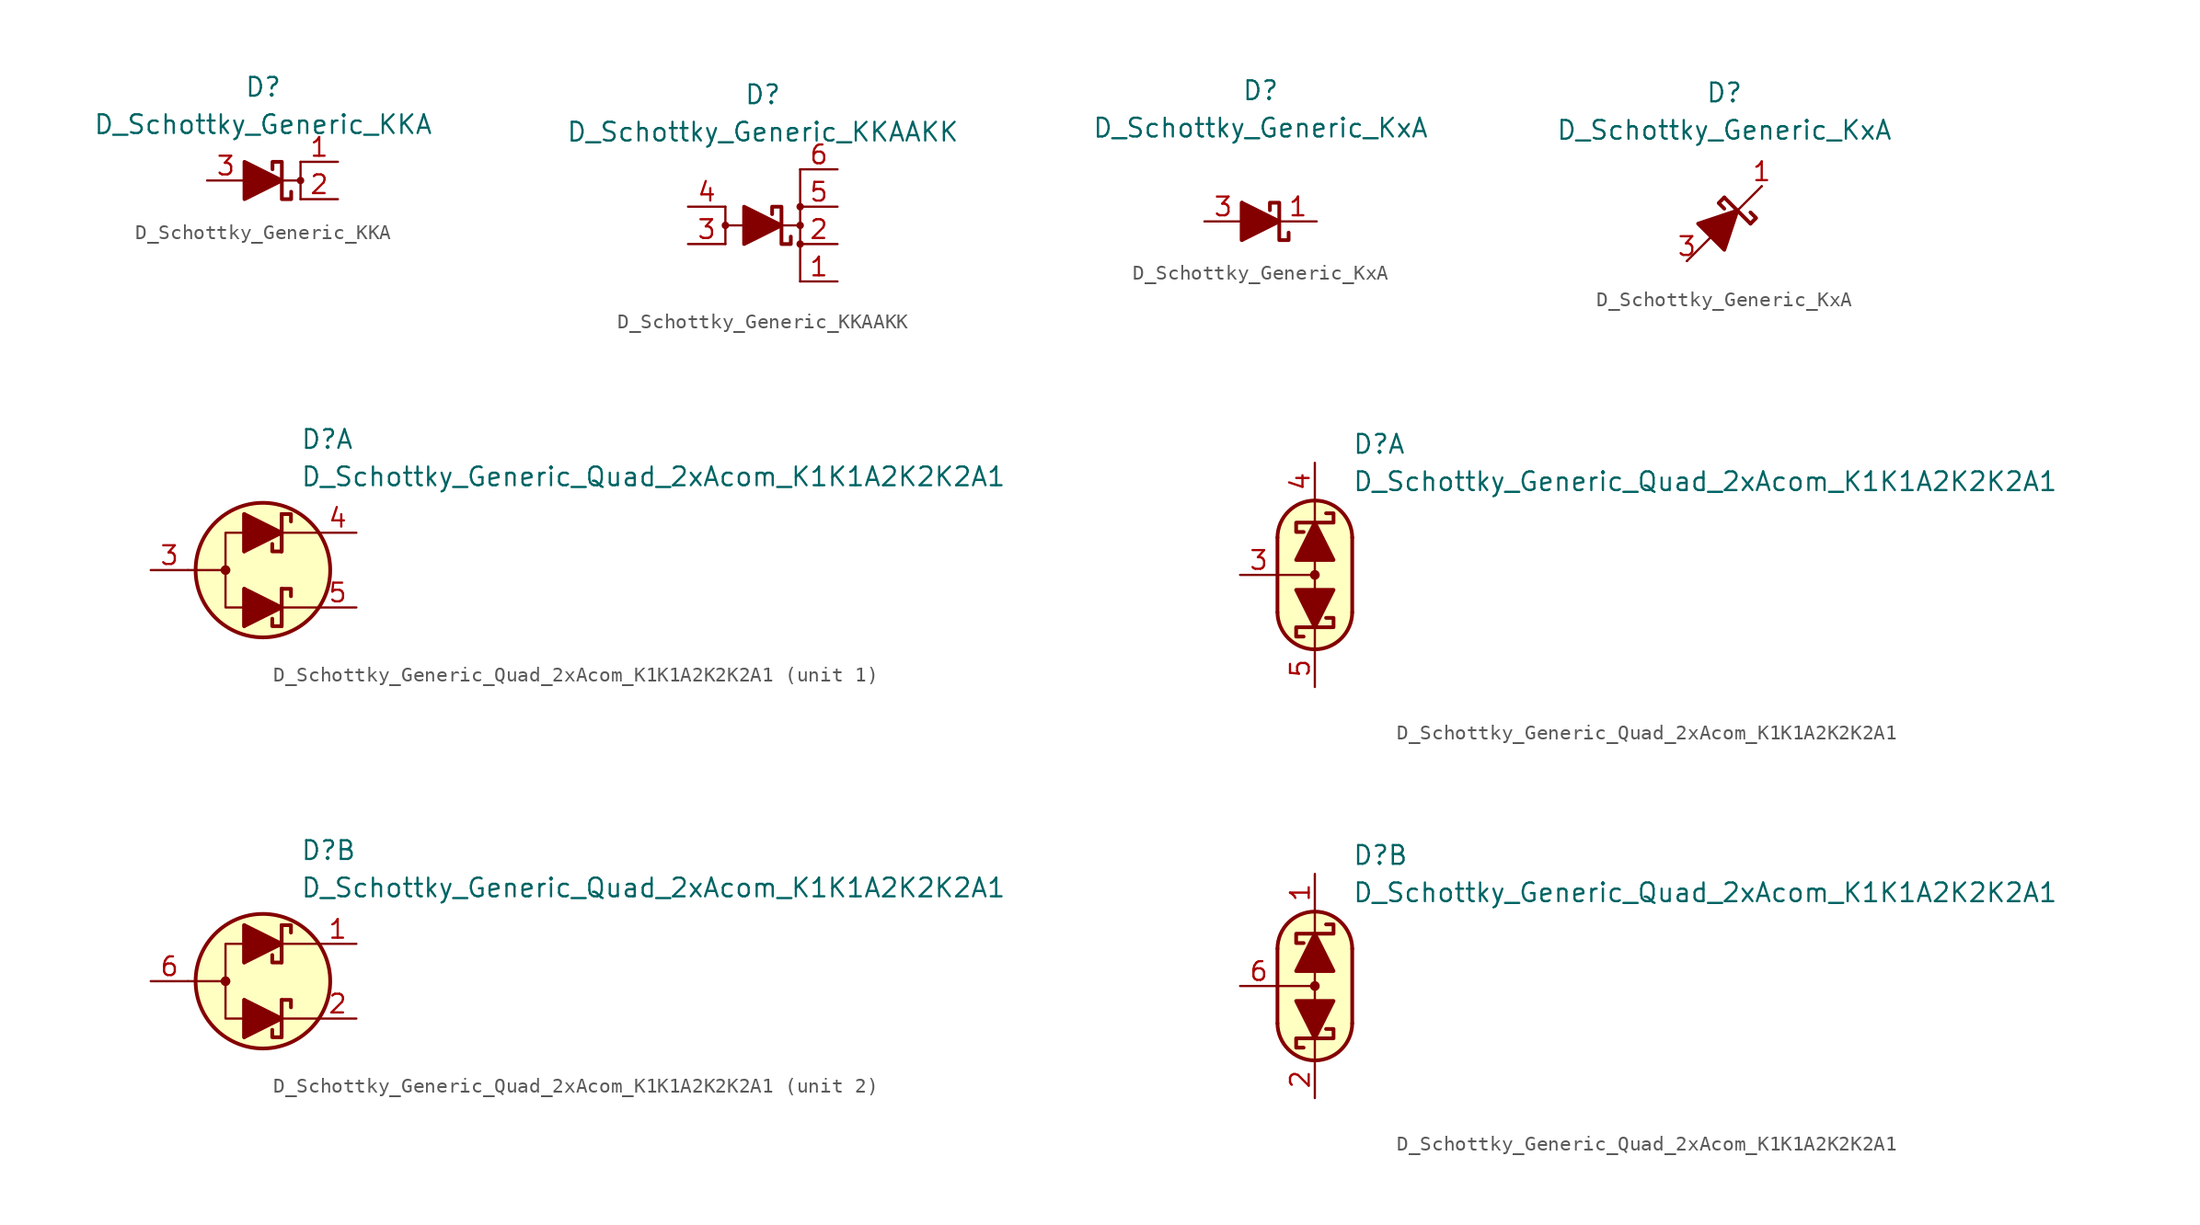
<source format=kicad_sym>
(kicad_symbol_lib
  (version 20231120)
  (generator "kicad_symbol_editor")
  (generator_version "8.0")
  (symbol "D_Schottky_Generic_KKA"
    (pin_names
      (offset 1.016) hide)
    (property "Reference" "D"
      (at 0 6.35 0)
      (effects (font (size 1.27 1.27))))
    (property "Value" "D_Schottky_Generic_KKA"
      (at 0 3.81 0)
      (effects (font (size 1.27 1.27))))
    (symbol "D_Schottky_Generic_KKA_0_1"
      (polyline (pts (xy -1.27 0) (xy 1.27 0)) (stroke (width 0) (type default)) (fill (type none)))
      (polyline (pts (xy -1.27 -1.27) (xy -1.27 1.27) (xy 1.27 0) (xy -1.27 -1.27)) (stroke (width 0.254) (type default)) (fill (type outline))))
    (symbol "D_Schottky_Generic_KKA_1_1"
      (polyline (pts (xy 1.27 0) (xy 2.54 0)) (stroke (width 0) (type default)) (fill (type none)))
      (polyline (pts (xy 2.54 -1.27) (xy 2.54 1.27)) (stroke (width 0) (type default)) (fill (type none)))
      (polyline (pts (xy 1.905 -0.762) (xy 1.905 -1.27) (xy 1.27 -1.27) (xy 1.27 1.27) (xy 0.635 1.27) (xy 0.635 0.762)) (stroke (width 0.254) (type default)) (fill (type none)))
      (circle (center 2.54 0) (radius 0.178) (stroke (width 0) (type default)) (fill (type outline)))
      (pin passive line (at 5.08 1.27 180) (length 2.54) (name "K" (effects (font (size 1.27 1.27)))) (number "1" (effects (font (size 1.27 1.27)))))
      (pin passive line (at 5.08 -1.27 180) (length 2.54) (name "K" (effects (font (size 1.27 1.27)))) (number "2" (effects (font (size 1.27 1.27)))))
      (pin passive line (at -3.81 0 0) (length 2.54) (name "A" (effects (font (size 1.27 1.27)))) (number "3" (effects (font (size 1.27 1.27)))))))
  (symbol "D_Schottky_Generic_KKAAKK"
    (pin_names
      (offset 1.016) hide)
    (property "Reference" "D"
      (at 0 8.89 0)
      (effects (font (size 1.27 1.27))))
    (property "Value" "D_Schottky_Generic_KKAAKK"
      (at 0 6.35 0)
      (effects (font (size 1.27 1.27))))
    (symbol "D_Schottky_Generic_KKAAKK_0_1"
      (polyline (pts (xy -1.27 0) (xy -2.54 0)) (stroke (width 0) (type default)) (fill (type none)))
      (polyline (pts (xy -1.27 0) (xy 1.27 0)) (stroke (width 0) (type default)) (fill (type none)))
      (polyline (pts (xy 2.54 -1.27) (xy 2.54 -3.81)) (stroke (width 0) (type default)) (fill (type none)))
      (polyline (pts (xy 2.54 -1.27) (xy 2.54 1.27)) (stroke (width 0) (type default)) (fill (type none)))
      (polyline (pts (xy 2.54 3.81) (xy 2.54 1.27)) (stroke (width 0) (type default)) (fill (type none)))
      (polyline (pts (xy -1.27 -1.27) (xy -1.27 1.27) (xy 1.27 0) (xy -1.27 -1.27)) (stroke (width 0.254) (type default)) (fill (type outline)))
      (circle (center 2.54 0) (radius 0.178) (stroke (width 0) (type default)) (fill (type outline))))
    (symbol "D_Schottky_Generic_KKAAKK_1_1"
      (circle (center -2.54 0) (radius 0.178) (stroke (width 0) (type default)) (fill (type outline)))
      (polyline (pts (xy -2.54 1.27) (xy -2.54 -1.27)) (stroke (width 0) (type default)) (fill (type none)))
      (polyline (pts (xy 1.27 0) (xy 2.54 0)) (stroke (width 0) (type default)) (fill (type none)))
      (polyline (pts (xy 1.905 -0.762) (xy 1.905 -1.27) (xy 1.27 -1.27) (xy 1.27 1.27) (xy 0.635 1.27) (xy 0.635 0.762)) (stroke (width 0.254) (type default)) (fill (type none)))
      (circle (center 2.54 -1.27) (radius 0.178) (stroke (width 0) (type default)) (fill (type outline)))
      (circle (center 2.54 1.27) (radius 0.178) (stroke (width 0) (type default)) (fill (type outline)))
      (pin passive line (at 5.08 -3.81 180) (length 2.54) (name "K" (effects (font (size 1.27 1.27)))) (number "1" (effects (font (size 1.27 1.27)))))
      (pin passive line (at 5.08 -1.27 180) (length 2.54) (name "K" (effects (font (size 1.27 1.27)))) (number "2" (effects (font (size 1.27 1.27)))))
      (pin passive line (at -5.08 -1.27 0) (length 2.54) (name "A" (effects (font (size 1.27 1.27)))) (number "3" (effects (font (size 1.27 1.27)))))
      (pin passive line (at -5.08 1.27 0) (length 2.54) (name "A" (effects (font (size 1.27 1.27)))) (number "4" (effects (font (size 1.27 1.27)))))
      (pin passive line (at 5.08 1.27 180) (length 2.54) (name "K" (effects (font (size 1.27 1.27)))) (number "5" (effects (font (size 1.27 1.27)))))
      (pin passive line (at 5.08 3.81 180) (length 2.54) (name "K" (effects (font (size 1.27 1.27)))) (number "6" (effects (font (size 1.27 1.27)))))))
  (symbol "D_Schottky_Generic_KxA"
    (pin_names
      (offset 1.016) hide)
    (property "Reference" "D"
      (at 0 8.89 0)
      (effects (font (size 1.27 1.27))))
    (property "Value" "D_Schottky_Generic_KxA"
      (at 0 6.35 0)
      (effects (font (size 1.27 1.27))))
    (symbol "D_Schottky_Generic_KxA_0_1"
      (polyline (pts (xy -1.27 0) (xy 1.27 0)) (stroke (width 0) (type default)) (fill (type none)))
      (polyline (pts (xy -1.27 1.27) (xy -1.27 -1.27)) (stroke (width 0.254) (type default)) (fill (type none)))
      (polyline (pts (xy -1.27 -1.27) (xy -1.27 1.27) (xy 1.27 0) (xy -1.27 -1.27)) (stroke (width 0.254) (type default)) (fill (type outline))))
    (symbol "D_Schottky_Generic_KxA_0_2"
      (polyline (pts (xy -2.54 -2.54) (xy 2.54 2.54)) (stroke (width 0) (type default)) (fill (type none)))
      (polyline (pts (xy 0 1.778) (xy 1.778 0)) (stroke (width 0.254) (type default)) (fill (type none)))
      (polyline (pts (xy 0 1.778) (xy -0.381 1.397) (xy 0 1.016)) (stroke (width 0.254) (type default)) (fill (type none)))
      (polyline (pts (xy 1.778 0) (xy 2.159 0.381) (xy 1.778 0.762)) (stroke (width 0.254) (type default)) (fill (type none)))
      (polyline (pts (xy -0.889 -0.889) (xy -1.778 0) (xy 0.889 0.889) (xy 0 -1.778) (xy -0.889 -0.889)) (stroke (width 0.254) (type default)) (fill (type outline))))
    (symbol "D_Schottky_Generic_KxA_1_1"
      (polyline (pts (xy 0.635 0.762) (xy 0.635 1.27) (xy 1.27 1.27) (xy 1.27 -1.27) (xy 1.905 -1.27) (xy 1.905 -0.762)) (stroke (width 0.254) (type default)) (fill (type none)))
      (pin passive line (at 3.81 0 180) (length 2.54) (name "K" (effects (font (size 1.27 1.27)))) (number "1" (effects (font (size 1.27 1.27)))))
      (pin free line (at 0 0 0) (length 2.54) hide (name "NC" (effects (font (size 1.27 1.27)))) (number "2" (effects (font (size 1.27 1.27)))))
      (pin passive line (at -3.81 0 0) (length 2.54) (name "A" (effects (font (size 1.27 1.27)))) (number "3" (effects (font (size 1.27 1.27))))))
    (symbol "D_Schottky_Generic_KxA_1_2"
      (pin passive line (at 2.54 2.54 180) (length 0) (name "K" (effects (font (size 1.27 1.27)))) (number "1" (effects (font (size 1.27 1.27)))))
      (pin free line (at 0 0 0) (length 2.54) hide (name "NC" (effects (font (size 1.27 1.27)))) (number "2" (effects (font (size 1.27 1.27)))))
      (pin passive line (at -2.54 -2.54 0) (length 0) (name "A" (effects (font (size 1.27 1.27)))) (number "3" (effects (font (size 1.27 1.27)))))))
  (symbol "D_Schottky_Generic_Quad_2xAcom_K1K1A2K2K2A1"
    (pin_names
      (offset 1.016) hide)
    (property "Reference" "D"
      (at 2.54 8.89 0)
      (effects (font (size 1.27 1.27)) (justify left)))
    (property "Value" "D_Schottky_Generic_Quad_2xAcom_K1K1A2K2K2A1"
      (at 2.54 6.35 0)
      (effects (font (size 1.27 1.27)) (justify left)))
    (property "ki_locked" ""
      (at 0 0 0)
      (effects (font (size 1.27 1.27))))
    (symbol "D_Schottky_Generic_Quad_2xAcom_K1K1A2K2K2A1_1_1"
      (circle (center -2.54 0) (radius 0.254) (stroke (width 0) (type default)) (fill (type outline)))
      (polyline (pts (xy -5.08 0) (xy -2.54 0)) (stroke (width 0) (type default)) (fill (type none)))
      (polyline (pts (xy -1.27 -2.54) (xy 1.27 -2.54)) (stroke (width 0) (type default)) (fill (type none)))
      (polyline (pts (xy -1.27 -1.27) (xy -1.27 -3.81)) (stroke (width 0.254) (type default)) (fill (type none)))
      (polyline (pts (xy -1.27 2.54) (xy 1.27 2.54)) (stroke (width 0) (type default)) (fill (type none)))
      (polyline (pts (xy -1.27 3.81) (xy -1.27 1.27)) (stroke (width 0.254) (type default)) (fill (type none)))
      (polyline (pts (xy 1.27 -2.54) (xy -1.27 -2.54)) (stroke (width 0) (type default)) (fill (type none)))
      (polyline (pts (xy 1.27 -2.54) (xy 3.81 -2.54)) (stroke (width 0) (type default)) (fill (type none)))
      (polyline (pts (xy 1.27 -1.27) (xy 1.27 -3.81)) (stroke (width 0.254) (type default)) (fill (type none)))
      (polyline (pts (xy 1.27 -1.27) (xy 1.27 -3.81)) (stroke (width 0.254) (type default)) (fill (type none)))
      (polyline (pts (xy 1.27 2.54) (xy -1.27 2.54)) (stroke (width 0) (type default)) (fill (type none)))
      (polyline (pts (xy 1.27 2.54) (xy 3.81 2.54)) (stroke (width 0) (type default)) (fill (type none)))
      (polyline (pts (xy 1.27 3.81) (xy 1.27 1.27)) (stroke (width 0.254) (type default)) (fill (type none)))
      (polyline (pts (xy 1.27 3.81) (xy 1.27 1.27)) (stroke (width 0.254) (type default)) (fill (type none)))
      (polyline (pts (xy -1.27 -3.81) (xy -1.27 -1.27) (xy 1.27 -2.54) (xy -1.27 -3.81)) (stroke (width 0.254) (type default)) (fill (type outline)))
      (polyline (pts (xy -1.27 1.27) (xy -1.27 3.81) (xy 1.27 2.54) (xy -1.27 1.27)) (stroke (width 0.254) (type default)) (fill (type outline)))
      (polyline (pts (xy -1.27 2.54) (xy -2.54 2.54) (xy -2.54 -2.54) (xy -1.27 -2.54)) (stroke (width 0) (type default)) (fill (type none)))
      (polyline (pts (xy 1.905 -1.778) (xy 1.905 -1.27) (xy 1.27 -1.27) (xy 1.27 -3.81) (xy 0.635 -3.81) (xy 0.635 -3.302)) (stroke (width 0.254) (type default)) (fill (type none)))
      (polyline (pts (xy 1.905 3.302) (xy 1.905 3.81) (xy 1.27 3.81) (xy 1.27 1.27) (xy 0.635 1.27) (xy 0.635 1.778)) (stroke (width 0.254) (type default)) (fill (type none)))
      (circle (center 0 0) (radius 4.572) (stroke (width 0.254) (type default)) (fill (type background)))
      (pin passive line (at -7.62 0 0) (length 2.54) (name "A2" (effects (font (size 1.27 1.27)))) (number "3" (effects (font (size 1.27 1.27)))))
      (pin passive line (at 6.35 2.54 180) (length 2.54) (name "K2" (effects (font (size 1.27 1.27)))) (number "4" (effects (font (size 1.27 1.27)))))
      (pin passive line (at 6.35 -2.54 180) (length 2.54) (name "K2" (effects (font (size 1.27 1.27)))) (number "5" (effects (font (size 1.27 1.27))))))
    (symbol "D_Schottky_Generic_Quad_2xAcom_K1K1A2K2K2A1_1_2"
      (arc (start -2.54 -2.54) (mid 0 -5.0576) (end 2.54 -2.54) (stroke (width 0.254) (type default)) (fill (type none)))
      (polyline (pts (xy -2.54 0) (xy 0 0)) (stroke (width 0) (type default)) (fill (type none)))
      (polyline (pts (xy -2.54 2.54) (xy -2.54 -2.54)) (stroke (width 0.254) (type default)) (fill (type none)))
      (polyline (pts (xy 0 -5.08) (xy 0 -3.556)) (stroke (width 0) (type default)) (fill (type none)))
      (polyline (pts (xy 0 1.27) (xy 0 -1.27)) (stroke (width 0) (type default)) (fill (type none)))
      (polyline (pts (xy 0 5.08) (xy 0 3.556)) (stroke (width 0) (type default)) (fill (type none)))
      (polyline (pts (xy 2.54 -2.54) (xy 2.54 2.54)) (stroke (width 0.254) (type default)) (fill (type none)))
      (polyline (pts (xy -1.27 1.016) (xy 1.27 1.016) (xy 0 3.556) (xy -1.27 1.016)) (stroke (width 0.254) (type default)) (fill (type outline)))
      (polyline (pts (xy 1.27 -1.016) (xy -1.27 -1.016) (xy 0 -3.556) (xy 1.27 -1.016)) (stroke (width 0.254) (type default)) (fill (type outline)))
      (polyline (pts (xy 0.762 -2.921) (xy 1.27 -2.921) (xy 1.27 -3.556) (xy -1.27 -3.556) (xy -1.27 -4.191) (xy -0.762 -4.191)) (stroke (width 0.254) (type default)) (fill (type none)))
      (polyline (pts (xy 0.762 4.191) (xy 1.27 4.191) (xy 1.27 3.556) (xy -1.27 3.556) (xy -1.27 2.921) (xy -0.762 2.921)) (stroke (width 0.254) (type default)) (fill (type none)))
      (polyline (pts (xy 0 -5.08) (xy -1.016 -4.826) (xy -1.778 -4.318) (xy -2.286 -3.556) (xy -2.54 -3.048) (xy -2.54 2.794) (xy -2.286 3.556) (xy -1.778 4.318) (xy -1.016 4.826) (xy -0.254 5.08) (xy 0.254 5.08) (xy 1.016 4.826) (xy 1.524 4.572) (xy 2.032 4.064) (xy 2.286 3.556) (xy 2.54 2.794) (xy 2.54 -2.794) (xy 2.286 -3.556) (xy 2.032 -4.064) (xy 1.524 -4.572) (xy 1.016 -4.826) (xy 0 -5.08)) (stroke (width 0.01) (type default)) (fill (type background)))
      (circle (center 0 0) (radius 0.254) (stroke (width 0) (type default)) (fill (type outline)))
      (arc (start 2.54 2.54) (mid 0 5.0576) (end -2.54 2.54) (stroke (width 0.254) (type default)) (fill (type none)))
      (pin passive line (at -5.08 0 0) (length 2.54) (name "A2" (effects (font (size 1.27 1.27)))) (number "3" (effects (font (size 1.27 1.27)))))
      (pin passive line (at 0 7.62 270) (length 2.54) (name "K2" (effects (font (size 1.27 1.27)))) (number "4" (effects (font (size 1.27 1.27)))))
      (pin passive line (at 0 -7.62 90) (length 2.54) (name "K2" (effects (font (size 1.27 1.27)))) (number "5" (effects (font (size 1.27 1.27))))))
    (symbol "D_Schottky_Generic_Quad_2xAcom_K1K1A2K2K2A1_2_1"
      (circle (center -2.54 0) (radius 0.254) (stroke (width 0) (type default)) (fill (type outline)))
      (polyline (pts (xy -5.08 0) (xy -2.54 0)) (stroke (width 0) (type default)) (fill (type none)))
      (polyline (pts (xy -1.27 -2.54) (xy 1.27 -2.54)) (stroke (width 0) (type default)) (fill (type none)))
      (polyline (pts (xy -1.27 -1.27) (xy -1.27 -3.81)) (stroke (width 0.254) (type default)) (fill (type none)))
      (polyline (pts (xy -1.27 2.54) (xy 1.27 2.54)) (stroke (width 0) (type default)) (fill (type none)))
      (polyline (pts (xy -1.27 3.81) (xy -1.27 1.27)) (stroke (width 0.254) (type default)) (fill (type none)))
      (polyline (pts (xy 1.27 -2.54) (xy -1.27 -2.54)) (stroke (width 0) (type default)) (fill (type none)))
      (polyline (pts (xy 1.27 -2.54) (xy 3.81 -2.54)) (stroke (width 0) (type default)) (fill (type none)))
      (polyline (pts (xy 1.27 -1.27) (xy 1.27 -3.81)) (stroke (width 0.254) (type default)) (fill (type none)))
      (polyline (pts (xy 1.27 2.54) (xy -1.27 2.54)) (stroke (width 0) (type default)) (fill (type none)))
      (polyline (pts (xy 1.27 2.54) (xy 3.81 2.54)) (stroke (width 0) (type default)) (fill (type none)))
      (polyline (pts (xy 1.27 3.81) (xy 1.27 1.27)) (stroke (width 0.254) (type default)) (fill (type none)))
      (polyline (pts (xy -1.27 -3.81) (xy -1.27 -1.27) (xy 1.27 -2.54) (xy -1.27 -3.81)) (stroke (width 0.254) (type default)) (fill (type outline)))
      (polyline (pts (xy -1.27 1.27) (xy -1.27 3.81) (xy 1.27 2.54) (xy -1.27 1.27)) (stroke (width 0.254) (type default)) (fill (type outline)))
      (polyline (pts (xy -1.27 2.54) (xy -2.54 2.54) (xy -2.54 -2.54) (xy -1.27 -2.54)) (stroke (width 0) (type default)) (fill (type none)))
      (polyline (pts (xy 1.905 -1.778) (xy 1.905 -1.27) (xy 1.27 -1.27) (xy 1.27 -3.81) (xy 0.635 -3.81) (xy 0.635 -3.302)) (stroke (width 0.254) (type default)) (fill (type none)))
      (polyline (pts (xy 1.905 3.302) (xy 1.905 3.81) (xy 1.27 3.81) (xy 1.27 1.27) (xy 0.635 1.27) (xy 0.635 1.778)) (stroke (width 0.254) (type default)) (fill (type none)))
      (circle (center 0 0) (radius 4.572) (stroke (width 0.254) (type default)) (fill (type background)))
      (pin passive line (at 6.35 2.54 180) (length 2.54) (name "K1" (effects (font (size 1.27 1.27)))) (number "1" (effects (font (size 1.27 1.27)))))
      (pin passive line (at 6.35 -2.54 180) (length 2.54) (name "K1" (effects (font (size 1.27 1.27)))) (number "2" (effects (font (size 1.27 1.27)))))
      (pin passive line (at -7.62 0 0) (length 2.54) (name "A1" (effects (font (size 1.27 1.27)))) (number "6" (effects (font (size 1.27 1.27))))))
    (symbol "D_Schottky_Generic_Quad_2xAcom_K1K1A2K2K2A1_2_2"
      (arc (start -2.54 -2.54) (mid 0 -5.0576) (end 2.54 -2.54) (stroke (width 0.254) (type default)) (fill (type none)))
      (polyline (pts (xy -2.54 0) (xy 0 0)) (stroke (width 0) (type default)) (fill (type none)))
      (polyline (pts (xy -2.54 2.54) (xy -2.54 -2.54)) (stroke (width 0.254) (type default)) (fill (type none)))
      (polyline (pts (xy 0 -5.08) (xy 0 -3.556)) (stroke (width 0) (type default)) (fill (type none)))
      (polyline (pts (xy 0 1.27) (xy 0 -1.27)) (stroke (width 0) (type default)) (fill (type none)))
      (polyline (pts (xy 0 5.08) (xy 0 3.556)) (stroke (width 0) (type default)) (fill (type none)))
      (polyline (pts (xy 2.54 -2.54) (xy 2.54 2.54)) (stroke (width 0.254) (type default)) (fill (type none)))
      (polyline (pts (xy -1.27 1.016) (xy 1.27 1.016) (xy 0 3.556) (xy -1.27 1.016)) (stroke (width 0.254) (type default)) (fill (type outline)))
      (polyline (pts (xy 1.27 -1.016) (xy -1.27 -1.016) (xy 0 -3.556) (xy 1.27 -1.016)) (stroke (width 0.254) (type default)) (fill (type outline)))
      (polyline (pts (xy 0.762 -2.921) (xy 1.27 -2.921) (xy 1.27 -3.556) (xy -1.27 -3.556) (xy -1.27 -4.191) (xy -0.762 -4.191)) (stroke (width 0.254) (type default)) (fill (type none)))
      (polyline (pts (xy 0.762 4.191) (xy 1.27 4.191) (xy 1.27 3.556) (xy -1.27 3.556) (xy -1.27 2.921) (xy -0.762 2.921)) (stroke (width 0.254) (type default)) (fill (type none)))
      (polyline (pts (xy 0 -5.08) (xy -1.016 -4.826) (xy -1.778 -4.318) (xy -2.286 -3.556) (xy -2.54 -3.048) (xy -2.54 2.794) (xy -2.286 3.556) (xy -1.778 4.318) (xy -1.016 4.826) (xy -0.254 5.08) (xy 0.254 5.08) (xy 1.016 4.826) (xy 1.524 4.572) (xy 2.032 4.064) (xy 2.286 3.556) (xy 2.54 2.794) (xy 2.54 -2.794) (xy 2.286 -3.556) (xy 2.032 -4.064) (xy 1.524 -4.572) (xy 1.016 -4.826) (xy 0 -5.08)) (stroke (width 0.01) (type default)) (fill (type background)))
      (circle (center 0 0) (radius 0.254) (stroke (width 0) (type default)) (fill (type outline)))
      (arc (start 2.54 2.54) (mid 0 5.0576) (end -2.54 2.54) (stroke (width 0.254) (type default)) (fill (type none)))
      (pin passive line (at 0 7.62 270) (length 2.54) (name "K1" (effects (font (size 1.27 1.27)))) (number "1" (effects (font (size 1.27 1.27)))))
      (pin passive line (at 0 -7.62 90) (length 2.54) (name "K1" (effects (font (size 1.27 1.27)))) (number "2" (effects (font (size 1.27 1.27)))))
      (pin passive line (at -5.08 0 0) (length 2.54) (name "A1" (effects (font (size 1.27 1.27)))) (number "6" (effects (font (size 1.27 1.27))))))))
</source>
